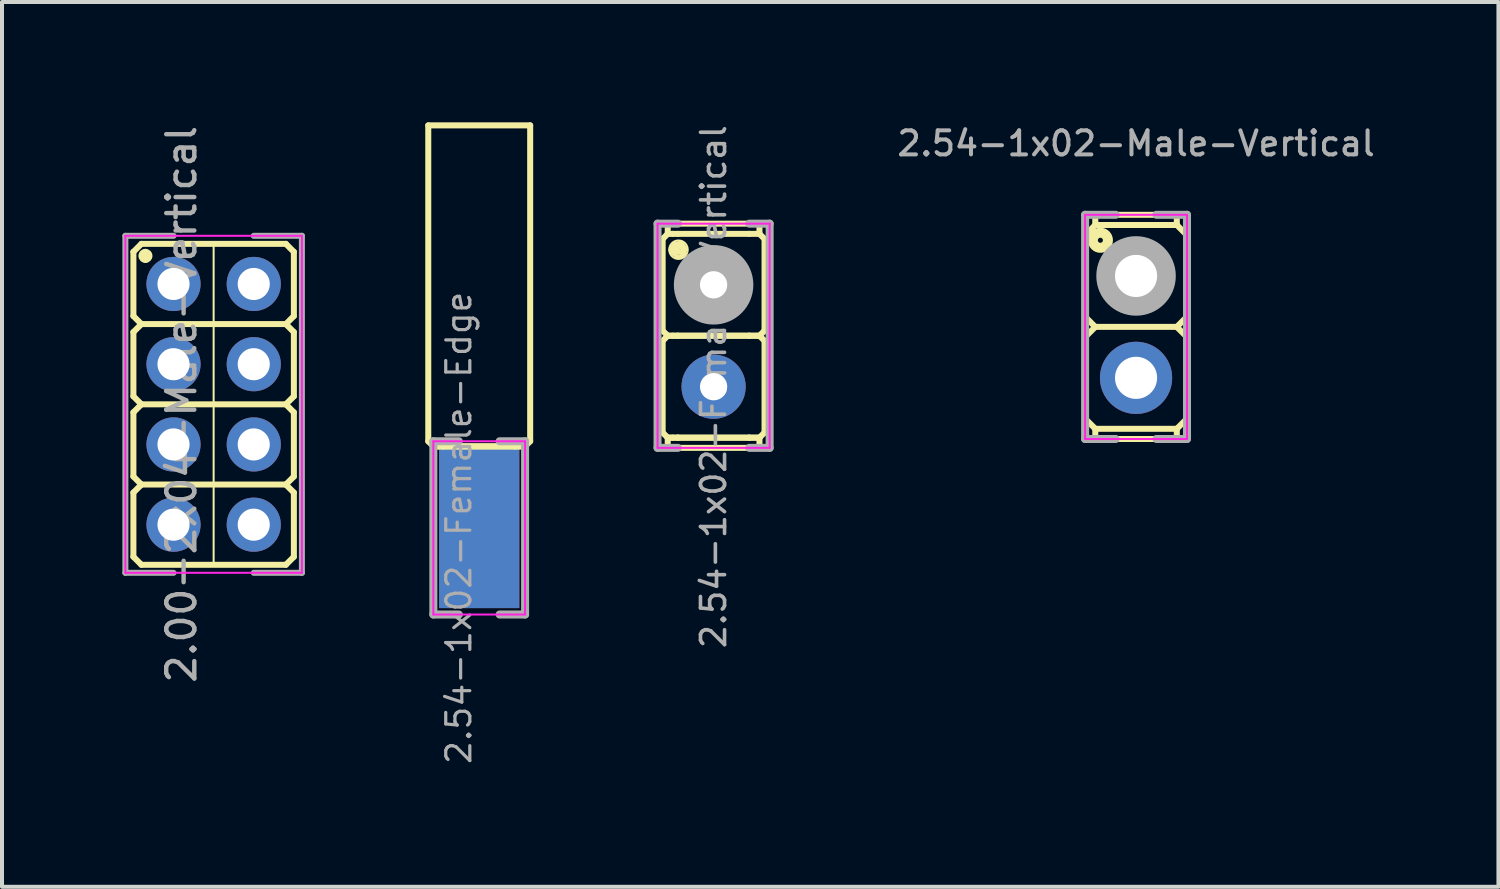
<source format=kicad_pcb>
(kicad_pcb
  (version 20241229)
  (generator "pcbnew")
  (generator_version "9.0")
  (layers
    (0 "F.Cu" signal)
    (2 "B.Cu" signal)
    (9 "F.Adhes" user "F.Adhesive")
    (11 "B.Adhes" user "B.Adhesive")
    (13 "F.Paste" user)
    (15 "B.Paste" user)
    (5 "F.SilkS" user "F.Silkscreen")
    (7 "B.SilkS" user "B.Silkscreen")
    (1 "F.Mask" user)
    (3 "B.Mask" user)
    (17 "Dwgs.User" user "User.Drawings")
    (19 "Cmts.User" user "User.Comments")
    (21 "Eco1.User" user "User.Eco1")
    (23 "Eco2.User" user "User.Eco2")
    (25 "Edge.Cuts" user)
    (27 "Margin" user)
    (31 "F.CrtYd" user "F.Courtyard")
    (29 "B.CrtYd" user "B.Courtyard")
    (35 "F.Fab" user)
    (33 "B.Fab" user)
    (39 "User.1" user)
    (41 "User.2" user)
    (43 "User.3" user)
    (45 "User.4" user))
  (footprint "2.00-2x04-Male-Vertical"
    (layer "F.Cu")
    (at 2.275 7.028)
    (property "Reference" "2.00-2x04-Male-Vertical" (at -0.8 0 90) (layer "F.Fab") (effects (font (size 0.7 0.7) (thickness 0.11))))
    (attr through_hole)
    (fp_line (start -2 -3.8) (end -1.8 -4) (stroke (width 0.15) (type solid)) (layer "F.SilkS"))
    (fp_line (start -2 -2.2) (end -2 -3.8) (stroke (width 0.15) (type solid)) (layer "F.SilkS"))
    (fp_line (start -2 -1.8) (end -1.8 -2) (stroke (width 0.15) (type solid)) (layer "F.SilkS"))
    (fp_line (start -2 -0.2) (end -2 -1.8) (stroke (width 0.15) (type solid)) (layer "F.SilkS"))
    (fp_line (start -2 0.2) (end -1.8 0) (stroke (width 0.15) (type solid)) (layer "F.SilkS"))
    (fp_line (start -2 1.8) (end -2 0.2) (stroke (width 0.15) (type solid)) (layer "F.SilkS"))
    (fp_line (start -2 2.2) (end -1.8 2) (stroke (width 0.15) (type solid)) (layer "F.SilkS"))
    (fp_line (start -2 3.8) (end -2 2.2) (stroke (width 0.15) (type solid)) (layer "F.SilkS"))
    (fp_line (start -1.8 -4) (end 1.8 -4) (stroke (width 0.15) (type solid)) (layer "F.SilkS"))
    (fp_line (start -1.8 -2) (end -2 -2.2) (stroke (width 0.15) (type solid)) (layer "F.SilkS"))
    (fp_line (start -1.8 -2) (end 1.8 -2) (stroke (width 0.15) (type solid)) (layer "F.SilkS"))
    (fp_line (start -1.8 0) (end -2 -0.2) (stroke (width 0.15) (type solid)) (layer "F.SilkS"))
    (fp_line (start -1.8 0) (end 1.8 0) (stroke (width 0.15) (type solid)) (layer "F.SilkS"))
    (fp_line (start -1.8 2) (end -2 1.8) (stroke (width 0.15) (type solid)) (layer "F.SilkS"))
    (fp_line (start -1.8 2) (end 1.8 2) (stroke (width 0.15) (type solid)) (layer "F.SilkS"))
    (fp_line (start -1.8 4) (end -2 3.8) (stroke (width 0.15) (type solid)) (layer "F.SilkS"))
    (fp_line (start -1.8 4) (end 1.8 4) (stroke (width 0.15) (type solid)) (layer "F.SilkS"))
    (fp_line (start -1.7 -3.8) (end -1.7 -3.6) (stroke (width 0.15) (type solid)) (layer "F.SilkS"))
    (fp_line (start 0 -4) (end 0 4) (stroke (width 0.05) (type solid)) (layer "F.SilkS"))
    (fp_line (start 1.8 -2) (end 2 -2.2) (stroke (width 0.15) (type solid)) (layer "F.SilkS"))
    (fp_line (start 1.8 -2) (end 2 -1.8) (stroke (width 0.15) (type solid)) (layer "F.SilkS"))
    (fp_line (start 1.8 2) (end 2 1.8) (stroke (width 0.15) (type solid)) (layer "F.SilkS"))
    (fp_line (start 1.8 2) (end 2 2.2) (stroke (width 0.15) (type solid)) (layer "F.SilkS"))
    (fp_line (start 2 -3.8) (end 1.8 -4) (stroke (width 0.15) (type solid)) (layer "F.SilkS"))
    (fp_line (start 2 -2.2) (end 2 -3.8) (stroke (width 0.15) (type solid)) (layer "F.SilkS"))
    (fp_line (start 2 -1.8) (end 2 -0.2) (stroke (width 0.15) (type solid)) (layer "F.SilkS"))
    (fp_line (start 2 -0.2) (end 1.8 0) (stroke (width 0.15) (type solid)) (layer "F.SilkS"))
    (fp_line (start 2 0.2) (end 1.8 0) (stroke (width 0.15) (type solid)) (layer "F.SilkS"))
    (fp_line (start 2 1.8) (end 2 0.2) (stroke (width 0.15) (type solid)) (layer "F.SilkS"))
    (fp_line (start 2 2.2) (end 2 3.8) (stroke (width 0.15) (type solid)) (layer "F.SilkS"))
    (fp_line (start 2 3.8) (end 1.8 4) (stroke (width 0.15) (type solid)) (layer "F.SilkS"))
    (fp_circle (center -1.7 -3.7) (end -1.6 -3.7) (stroke (width 0.15) (type solid)) (fill no) (layer "F.SilkS"))
    (fp_line (start -2.2 -4.2) (end 2.2 -4.2) (stroke (width 0.05) (type solid)) (layer "F.CrtYd"))
    (fp_line (start -2.2 4.2) (end -2.2 -4.2) (stroke (width 0.05) (type solid)) (layer "F.CrtYd"))
    (fp_line (start 2.2 -4.2) (end 2.2 4.2) (stroke (width 0.05) (type solid)) (layer "F.CrtYd"))
    (fp_line (start 2.2 4.2) (end -2.2 4.2) (stroke (width 0.05) (type solid)) (layer "F.CrtYd"))
    (fp_line (start -2.2 -4.2) (end -2.2 4.2) (stroke (width 0.15) (type solid)) (layer "F.Fab"))
    (fp_line (start -2.2 4.2) (end -1 4.2) (stroke (width 0.15) (type solid)) (layer "F.Fab"))
    (fp_line (start -1 -4.2) (end -2.2 -4.2) (stroke (width 0.15) (type solid)) (layer "F.Fab"))
    (fp_line (start 1 -4.2) (end 2.2 -4.2) (stroke (width 0.15) (type solid)) (layer "F.Fab"))
    (fp_line (start 2.2 4.2) (end 1 4.2) (stroke (width 0.15) (type solid)) (layer "F.Fab"))
    (fp_line (start 2.2 4.2) (end 2.2 -4.2) (stroke (width 0.15) (type solid)) (layer "F.Fab"))
    (pad "1" thru_hole circle (at -1 -3) (size 1.35 1.35) (drill 0.8) (layers "*.Cu" "*.Mask"))
    (pad "2" thru_hole circle (at 1 -3) (size 1.35 1.35) (drill 0.8) (layers "*.Cu" "*.Mask"))
    (pad "3" thru_hole oval (at -1 -1) (size 1.35 1.35) (drill 0.8) (layers "*.Cu" "*.Mask"))
    (pad "4" thru_hole oval (at 1 -1) (size 1.35 1.35) (drill 0.8) (layers "*.Cu" "*.Mask"))
    (pad "5" thru_hole circle (at -1 1) (size 1.35 1.35) (drill 0.8) (layers "*.Cu" "*.Mask"))
    (pad "6" thru_hole circle (at 1 1) (size 1.35 1.35) (drill 0.8) (layers "*.Cu" "*.Mask"))
    (pad "7" thru_hole oval (at -1 3) (size 1.35 1.35) (drill 0.8) (layers "*.Cu" "*.Mask"))
    (pad "8" thru_hole oval (at 1 3) (size 1.35 1.35) (drill 0.8) (layers "*.Cu" "*.Mask")))
  (footprint "2.54-1x02-Female-Vertical"
    (layer "F.Cu")
    (at 14.737 5.319)
    (property "Reference" "2.54-1x02-Female-Vertical" (at 0 1.27 90) (layer "F.Fab") (effects (font (size 0.6 0.6) (thickness 0.09))))
    (attr through_hole)
    (fp_line (start -1.27 -2.413) (end -1.143 -2.54) (stroke (width 0.15) (type solid)) (layer "F.SilkS"))
    (fp_line (start -1.27 -0.127) (end -1.27 -2.413) (stroke (width 0.15) (type solid)) (layer "F.SilkS"))
    (fp_line (start -1.27 0.127) (end -1.143 0) (stroke (width 0.15) (type solid)) (layer "F.SilkS"))
    (fp_line (start -1.27 2.413) (end -1.27 0.127) (stroke (width 0.15) (type solid)) (layer "F.SilkS"))
    (fp_line (start -1.143 -2.794) (end 1.079 -2.794) (stroke (width 0.15) (type solid)) (layer "F.SilkS"))
    (fp_line (start -1.143 -2.54) (end -1.143 -2.794) (stroke (width 0.15) (type solid)) (layer "F.SilkS"))
    (fp_line (start -1.143 -2.54) (end -1.016 -2.54) (stroke (width 0.15) (type solid)) (layer "F.SilkS"))
    (fp_line (start -1.143 0) (end -1.27 -0.127) (stroke (width 0.15) (type solid)) (layer "F.SilkS"))
    (fp_line (start -1.143 0) (end -1.016 0) (stroke (width 0.15) (type solid)) (layer "F.SilkS"))
    (fp_line (start -1.143 2.54) (end -1.27 2.413) (stroke (width 0.15) (type solid)) (layer "F.SilkS"))
    (fp_line (start -1.143 2.54) (end -1.143 2.794) (stroke (width 0.15) (type solid)) (layer "F.SilkS"))
    (fp_line (start -1.143 2.54) (end -1.016 2.54) (stroke (width 0.15) (type solid)) (layer "F.SilkS"))
    (fp_line (start -1.143 2.794) (end 1.143 2.794) (stroke (width 0.15) (type solid)) (layer "F.SilkS"))
    (fp_line (start -1.075 -2.145) (end -0.975 -2.295) (stroke (width 0.1) (type solid)) (layer "F.SilkS"))
    (fp_line (start -1.05 -2.07) (end -0.8 -2.07) (stroke (width 0.1) (type solid)) (layer "F.SilkS"))
    (fp_line (start -1.016 -2.54) (end -0.889 -2.54) (stroke (width 0.15) (type solid)) (layer "F.SilkS"))
    (fp_line (start -1.016 0) (end -0.889 0) (stroke (width 0.15) (type solid)) (layer "F.SilkS"))
    (fp_line (start -1.016 2.54) (end -0.889 2.54) (stroke (width 0.15) (type solid)) (layer "F.SilkS"))
    (fp_line (start -1 -2.145) (end -0.875 -2.145) (stroke (width 0.1) (type solid)) (layer "F.SilkS"))
    (fp_line (start -0.975 -2.295) (end -0.8 -2.32) (stroke (width 0.1) (type solid)) (layer "F.SilkS"))
    (fp_line (start -0.95 -2.22) (end -1 -2.145) (stroke (width 0.1) (type solid)) (layer "F.SilkS"))
    (fp_line (start -0.9 -1.97) (end -1.05 -2.07) (stroke (width 0.1) (type solid)) (layer "F.SilkS"))
    (fp_line (start -0.889 0) (end -1.143 0) (stroke (width 0.15) (type solid)) (layer "F.SilkS"))
    (fp_line (start -0.889 0) (end 0.889 0) (stroke (width 0.15) (type solid)) (layer "F.SilkS"))
    (fp_line (start -0.889 2.54) (end -1.143 2.54) (stroke (width 0.15) (type solid)) (layer "F.SilkS"))
    (fp_line (start -0.889 2.54) (end 0.889 2.54) (stroke (width 0.15) (type solid)) (layer "F.SilkS"))
    (fp_line (start -0.85 -2.245) (end -0.95 -2.22) (stroke (width 0.1) (type solid)) (layer "F.SilkS"))
    (fp_line (start -0.8 -2.32) (end -0.7 -2.17) (stroke (width 0.1) (type solid)) (layer "F.SilkS"))
    (fp_line (start -0.8 -2.07) (end -0.775 -2.17) (stroke (width 0.1) (type solid)) (layer "F.SilkS"))
    (fp_line (start -0.775 -2.17) (end -0.85 -2.245) (stroke (width 0.1) (type solid)) (layer "F.SilkS"))
    (fp_line (start -0.75 -1.995) (end -0.9 -1.97) (stroke (width 0.1) (type solid)) (layer "F.SilkS"))
    (fp_line (start -0.7 -2.17) (end -0.75 -1.995) (stroke (width 0.1) (type solid)) (layer "F.SilkS"))
    (fp_line (start 0.889 -2.54) (end -0.889 -2.54) (stroke (width 0.15) (type solid)) (layer "F.SilkS"))
    (fp_line (start 0.889 -2.54) (end 1.143 -2.54) (stroke (width 0.15) (type solid)) (layer "F.SilkS"))
    (fp_line (start 0.889 0) (end -0.889 0) (stroke (width 0.15) (type solid)) (layer "F.SilkS"))
    (fp_line (start 0.889 0) (end 1.143 0) (stroke (width 0.15) (type solid)) (layer "F.SilkS"))
    (fp_line (start 0.889 2.54) (end -0.889 2.54) (stroke (width 0.15) (type solid)) (layer "F.SilkS"))
    (fp_line (start 0.889 2.54) (end 1.143 2.54) (stroke (width 0.15) (type solid)) (layer "F.SilkS"))
    (fp_line (start 1.079 -2.794) (end 1.143 -2.794) (stroke (width 0.15) (type solid)) (layer "F.SilkS"))
    (fp_line (start 1.143 -2.794) (end 1.143 -2.54) (stroke (width 0.15) (type solid)) (layer "F.SilkS"))
    (fp_line (start 1.143 -2.54) (end 1.27 -2.413) (stroke (width 0.15) (type solid)) (layer "F.SilkS"))
    (fp_line (start 1.143 0) (end 0.889 0) (stroke (width 0.15) (type solid)) (layer "F.SilkS"))
    (fp_line (start 1.143 0) (end 1.27 0.127) (stroke (width 0.15) (type solid)) (layer "F.SilkS"))
    (fp_line (start 1.143 2.54) (end 0.889 2.54) (stroke (width 0.15) (type solid)) (layer "F.SilkS"))
    (fp_line (start 1.143 2.794) (end 1.143 2.54) (stroke (width 0.15) (type solid)) (layer "F.SilkS"))
    (fp_line (start 1.27 -2.413) (end 1.27 -0.127) (stroke (width 0.15) (type solid)) (layer "F.SilkS"))
    (fp_line (start 1.27 -0.127) (end 1.143 0) (stroke (width 0.15) (type solid)) (layer "F.SilkS"))
    (fp_line (start 1.27 0.127) (end 1.27 2.413) (stroke (width 0.15) (type solid)) (layer "F.SilkS"))
    (fp_line (start 1.27 2.413) (end 1.143 2.54) (stroke (width 0.15) (type solid)) (layer "F.SilkS"))
    (fp_circle (center -0.875 -2.145) (end -0.725 -1.97) (stroke (width 0.05) (type solid)) (fill no) (layer "F.SilkS"))
    (fp_line (start -1.397 -2.794) (end 1.397 -2.794) (stroke (width 0.05) (type solid)) (layer "F.CrtYd"))
    (fp_line (start -1.397 2.794) (end -1.397 -2.794) (stroke (width 0.05) (type solid)) (layer "F.CrtYd"))
    (fp_line (start 1.397 -2.794) (end 1.397 2.794) (stroke (width 0.05) (type solid)) (layer "F.CrtYd"))
    (fp_line (start 1.397 2.794) (end -1.397 2.794) (stroke (width 0.05) (type solid)) (layer "F.CrtYd"))
    (fp_line (start -1.397 -2.794) (end -0.889 -2.794) (stroke (width 0.2) (type solid)) (layer "F.Fab"))
    (fp_line (start -1.397 2.794) (end -1.397 -2.794) (stroke (width 0.2) (type solid)) (layer "F.Fab"))
    (fp_line (start -0.889 2.794) (end -1.397 2.794) (stroke (width 0.2) (type solid)) (layer "F.Fab"))
    (fp_line (start 0.889 -2.794) (end 1.397 -2.794) (stroke (width 0.2) (type solid)) (layer "F.Fab"))
    (fp_line (start 1.397 -2.794) (end 1.397 2.794) (stroke (width 0.2) (type solid)) (layer "F.Fab"))
    (fp_line (start 1.397 2.794) (end 0.889 2.794) (stroke (width 0.2) (type solid)) (layer "F.Fab"))
    (fp_circle (center 0 -1.27) (end 0 -1.079) (stroke (width 0.8) (type solid)) (fill no) (layer "F.Fab"))
    (pad "1" thru_hole circle (at 0 -1.27) (size 1.6 1.6) (drill 0.68) (layers "*.Cu" "*.Mask"))
    (pad "2" thru_hole circle (at 0 1.27) (size 1.6 1.6) (drill 0.68) (layers "*.Cu" "*.Mask")))
  (footprint "2.54-1x02-Female-Edge"
    (layer "F.Cu")
    (at 8.895 8.076)
    (property "Reference" "2.54-1x02-Female-Edge" (at -0.508 2.032 90) (layer "F.Fab") (effects (font (size 0.6 0.6) (thickness 0.08))))
    (attr through_hole)
    (fp_line (start -1.27 -8.001) (end 1.27 -8.001) (stroke (width 0.15) (type solid)) (layer "F.SilkS"))
    (fp_line (start -1.27 -0.127) (end -1.27 -8.001) (stroke (width 0.15) (type solid)) (layer "F.SilkS"))
    (fp_line (start -1.143 0) (end -1.27 -0.127) (stroke (width 0.15) (type solid)) (layer "F.SilkS"))
    (fp_line (start -1.143 0) (end -1.016 0) (stroke (width 0.15) (type solid)) (layer "F.SilkS"))
    (fp_line (start -1.016 0) (end -0.889 0) (stroke (width 0.15) (type solid)) (layer "F.SilkS"))
    (fp_line (start -0.889 0) (end -1.143 0) (stroke (width 0.15) (type solid)) (layer "F.SilkS"))
    (fp_line (start -0.889 0) (end 0.889 0) (stroke (width 0.15) (type solid)) (layer "F.SilkS"))
    (fp_line (start 0.889 0) (end -0.889 0) (stroke (width 0.15) (type solid)) (layer "F.SilkS"))
    (fp_line (start 0.889 0) (end 1.143 0) (stroke (width 0.15) (type solid)) (layer "F.SilkS"))
    (fp_line (start 1.143 0) (end 0.889 0) (stroke (width 0.15) (type solid)) (layer "F.SilkS"))
    (fp_line (start 1.27 -8.001) (end 1.27 -0.127) (stroke (width 0.15) (type solid)) (layer "F.SilkS"))
    (fp_line (start 1.27 -0.127) (end 1.143 0) (stroke (width 0.15) (type solid)) (layer "F.SilkS"))
    (fp_line (start -1.143 -0.127) (end -1.143 4.191) (stroke (width 0.05) (type solid)) (layer "F.CrtYd"))
    (fp_line (start -1.143 -0.127) (end 1.143 -0.127) (stroke (width 0.05) (type solid)) (layer "F.CrtYd"))
    (fp_line (start 1.143 4.191) (end -1.143 4.191) (stroke (width 0.05) (type solid)) (layer "F.CrtYd"))
    (fp_line (start 1.143 4.191) (end 1.143 -0.127) (stroke (width 0.05) (type solid)) (layer "F.CrtYd"))
    (fp_line (start -1.143 -0.127) (end -1.143 4.191) (stroke (width 0.2) (type solid)) (layer "F.Fab"))
    (fp_line (start -1.143 4.191) (end -0.508 4.191) (stroke (width 0.2) (type solid)) (layer "F.Fab"))
    (fp_line (start -0.508 -0.127) (end -1.143 -0.127) (stroke (width 0.2) (type solid)) (layer "F.Fab"))
    (fp_line (start 0.508 4.191) (end 1.143 4.191) (stroke (width 0.2) (type solid)) (layer "F.Fab"))
    (fp_line (start 1.143 -0.127) (end 0.508 -0.127) (stroke (width 0.2) (type solid)) (layer "F.Fab"))
    (fp_line (start 1.143 4.191) (end 1.143 -0.127) (stroke (width 0.2) (type solid)) (layer "F.Fab"))
    (pad "1" smd rect (at 0 2.032) (size 2 4) (layers "F.Cu" "F.Mask" "F.Paste"))
    (pad "2" smd rect (at 0 2.032) (size 2 4) (layers "B.Cu" "B.Mask" "B.Paste")))
  (footprint "2.54-1x02-Male-Vertical"
    (layer "F.Cu")
    (at 25.267 5.098)
    (property "Reference" "2.54-1x02-Male-Vertical" (at 0 -4.572 180) (layer "F.Fab") (effects (font (size 0.6 0.6) (thickness 0.1))))
    (attr through_hole)
    (fp_line (start -1.27 -2.286) (end -1.27 -0.254) (stroke (width 0.15) (type solid)) (layer "F.SilkS"))
    (fp_line (start -1.27 -2.286) (end -1.016 -2.54) (stroke (width 0.15) (type solid)) (layer "F.SilkS"))
    (fp_line (start -1.27 -0.254) (end -1.016 0) (stroke (width 0.15) (type solid)) (layer "F.SilkS"))
    (fp_line (start -1.27 0.254) (end -1.27 2.286) (stroke (width 0.15) (type solid)) (layer "F.SilkS"))
    (fp_line (start -1.27 2.286) (end -1.016 2.54) (stroke (width 0.15) (type solid)) (layer "F.SilkS"))
    (fp_line (start -1.016 -2.794) (end 1.016 -2.794) (stroke (width 0.15) (type solid)) (layer "F.SilkS"))
    (fp_line (start -1.016 -2.54) (end -1.016 -2.794) (stroke (width 0.15) (type solid)) (layer "F.SilkS"))
    (fp_line (start -1.016 -2.54) (end 1.016 -2.54) (stroke (width 0.15) (type solid)) (layer "F.SilkS"))
    (fp_line (start -1.016 0) (end -1.27 0.254) (stroke (width 0.15) (type solid)) (layer "F.SilkS"))
    (fp_line (start -1.016 2.54) (end -1.016 2.794) (stroke (width 0.15) (type solid)) (layer "F.SilkS"))
    (fp_line (start -1.016 2.54) (end 1.016 2.54) (stroke (width 0.15) (type solid)) (layer "F.SilkS"))
    (fp_line (start -1.016 2.794) (end 1.016 2.794) (stroke (width 0.15) (type solid)) (layer "F.SilkS"))
    (fp_line (start 1.016 -2.794) (end 1.016 -2.54) (stroke (width 0.15) (type solid)) (layer "F.SilkS"))
    (fp_line (start 1.016 -2.54) (end 1.27 -2.286) (stroke (width 0.15) (type solid)) (layer "F.SilkS"))
    (fp_line (start 1.016 0) (end -1.016 0) (stroke (width 0.15) (type solid)) (layer "F.SilkS"))
    (fp_line (start 1.016 2.54) (end 1.27 2.286) (stroke (width 0.15) (type solid)) (layer "F.SilkS"))
    (fp_line (start 1.016 2.794) (end 1.016 2.54) (stroke (width 0.15) (type solid)) (layer "F.SilkS"))
    (fp_line (start 1.27 -2.286) (end 1.27 -0.254) (stroke (width 0.15) (type solid)) (layer "F.SilkS"))
    (fp_line (start 1.27 -0.254) (end 1.016 0) (stroke (width 0.15) (type solid)) (layer "F.SilkS"))
    (fp_line (start 1.27 0.254) (end 1.016 0) (stroke (width 0.15) (type solid)) (layer "F.SilkS"))
    (fp_line (start 1.27 2.286) (end 1.27 0.254) (stroke (width 0.15) (type solid)) (layer "F.SilkS"))
    (fp_circle (center -0.889 -2.159) (end -0.826 -2.159) (stroke (width 0.25) (type solid)) (fill no) (layer "F.SilkS"))
    (fp_line (start -1.27 -2.794) (end 1.27 -2.794) (stroke (width 0.05) (type solid)) (layer "F.CrtYd"))
    (fp_line (start -1.27 2.794) (end -1.27 -2.794) (stroke (width 0.05) (type solid)) (layer "F.CrtYd"))
    (fp_line (start 1.27 -2.794) (end 1.27 2.794) (stroke (width 0.05) (type solid)) (layer "F.CrtYd"))
    (fp_line (start 1.27 2.794) (end -1.27 2.794) (stroke (width 0.05) (type solid)) (layer "F.CrtYd"))
    (fp_line (start -1.27 -2.794) (end -0.508 -2.794) (stroke (width 0.2) (type solid)) (layer "F.Fab"))
    (fp_line (start -1.27 2.794) (end -1.27 -2.794) (stroke (width 0.2) (type solid)) (layer "F.Fab"))
    (fp_line (start -0.508 2.794) (end -1.27 2.794) (stroke (width 0.2) (type solid)) (layer "F.Fab"))
    (fp_line (start 0.508 -2.794) (end 1.27 -2.794) (stroke (width 0.2) (type solid)) (layer "F.Fab"))
    (fp_line (start 1.27 -2.794) (end 1.27 2.794) (stroke (width 0.2) (type solid)) (layer "F.Fab"))
    (fp_line (start 1.27 2.794) (end 0.508 2.794) (stroke (width 0.2) (type solid)) (layer "F.Fab"))
    (fp_circle (center 0 -1.27) (end 0 -1.079) (stroke (width 0.8) (type solid)) (fill no) (layer "F.Fab"))
    (pad "1" thru_hole circle (at 0 -1.27) (size 1.8 1.8) (drill 1.05) (layers "*.Cu" "*.Mask"))
    (pad "2" thru_hole circle (at 0 1.27) (size 1.8 1.8) (drill 1.05) (layers "*.Cu" "*.Mask")))
  (gr_rect
    (start -3 -3)
    (end 34.3 19.054)
    (stroke (width 0.1) (type default))
    (fill no)
    (layer "Edge.Cuts")))
</source>
